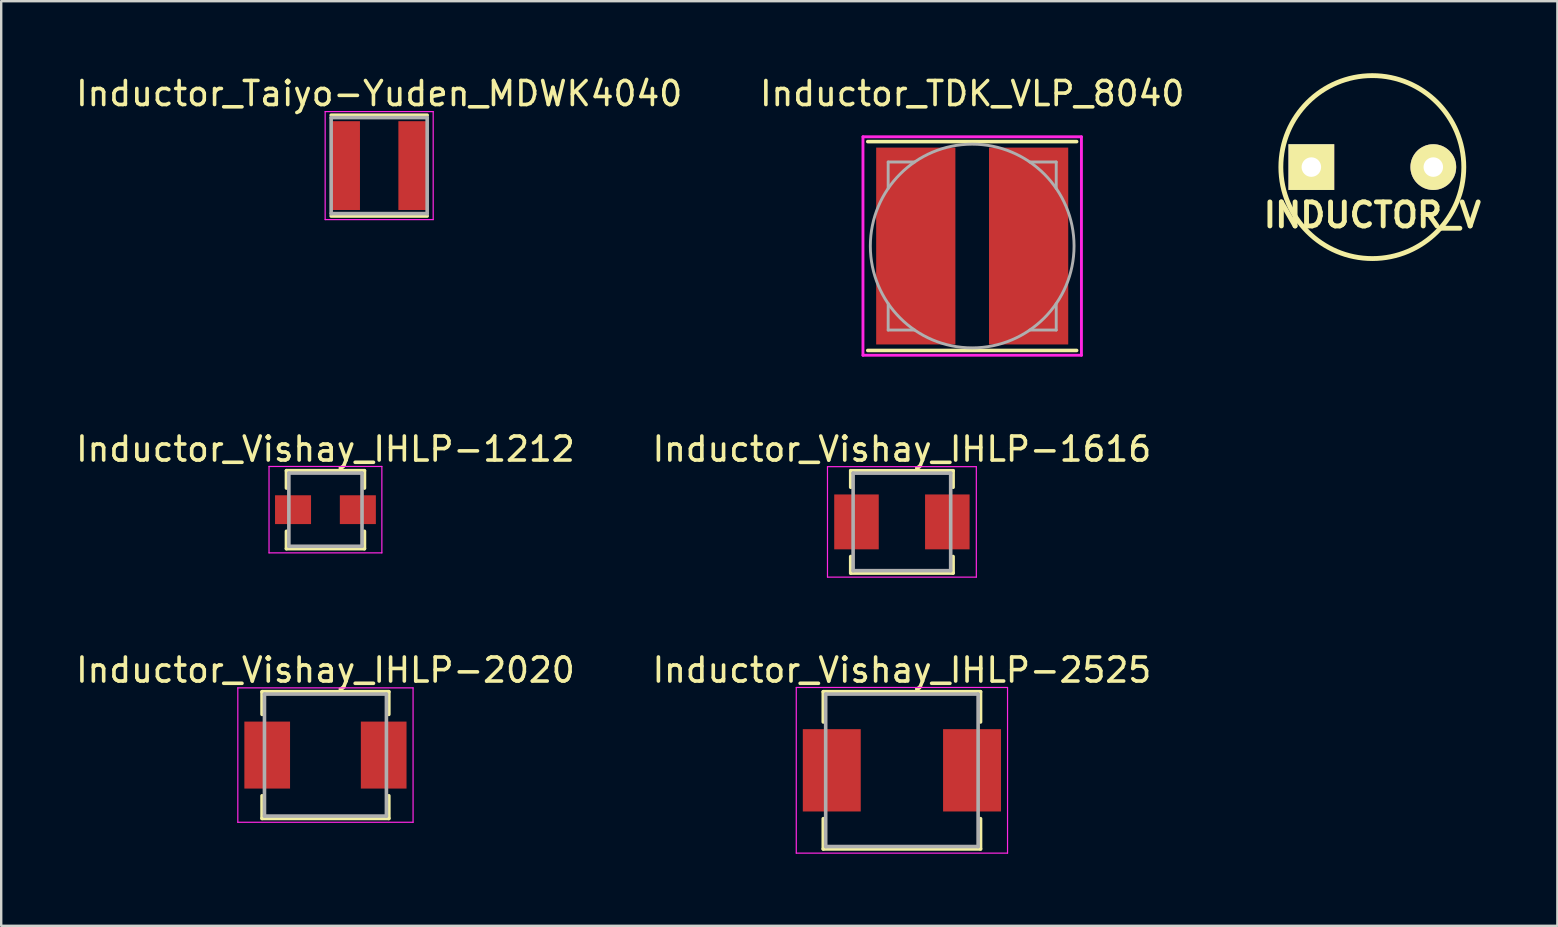
<source format=kicad_pcb>
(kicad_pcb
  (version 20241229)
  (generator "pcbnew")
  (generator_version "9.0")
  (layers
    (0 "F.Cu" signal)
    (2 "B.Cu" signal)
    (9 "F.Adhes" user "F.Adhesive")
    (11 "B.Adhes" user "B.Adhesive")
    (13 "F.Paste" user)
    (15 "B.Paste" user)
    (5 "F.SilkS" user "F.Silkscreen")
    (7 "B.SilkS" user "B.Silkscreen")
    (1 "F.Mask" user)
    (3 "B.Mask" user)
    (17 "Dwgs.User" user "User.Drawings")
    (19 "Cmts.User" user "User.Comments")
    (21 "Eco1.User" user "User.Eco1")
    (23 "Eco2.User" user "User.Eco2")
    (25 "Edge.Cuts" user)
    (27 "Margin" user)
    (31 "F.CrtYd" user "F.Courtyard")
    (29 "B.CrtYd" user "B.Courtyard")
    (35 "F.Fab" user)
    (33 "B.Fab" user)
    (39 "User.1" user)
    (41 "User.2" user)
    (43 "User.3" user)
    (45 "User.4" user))
  (footprint "Inductor_Vishay_IHLP-2525"
    (layer "F.Cu")
    (at 34.518 29.037)
    (property "Reference" "Inductor_Vishay_IHLP-2525" (at 0 -4.175 0) (layer "F.SilkS") (effects (font (size 1 1) (thickness 0.15))))
    (attr smd)
    (fp_line (start -3.275 -3.275) (end 3.275 -3.275) (stroke (width 0.15) (type solid)) (layer "F.SilkS"))
    (fp_line (start -3.275 -2.014) (end -3.275 -3.275) (stroke (width 0.15) (type solid)) (layer "F.SilkS"))
    (fp_line (start -3.275 2.014) (end -3.275 3.275) (stroke (width 0.15) (type solid)) (layer "F.SilkS"))
    (fp_line (start -3.275 3.275) (end 3.275 3.275) (stroke (width 0.15) (type solid)) (layer "F.SilkS"))
    (fp_line (start 3.275 -3.275) (end 3.275 -2.014) (stroke (width 0.15) (type solid)) (layer "F.SilkS"))
    (fp_line (start 3.275 3.275) (end 3.275 2.014) (stroke (width 0.15) (type solid)) (layer "F.SilkS"))
    (fp_line (start -4.4 -3.45) (end -4.4 3.45) (stroke (width 0.05) (type solid)) (layer "F.CrtYd"))
    (fp_line (start -4.4 3.45) (end 4.4 3.45) (stroke (width 0.05) (type solid)) (layer "F.CrtYd"))
    (fp_line (start 4.4 -3.45) (end -4.4 -3.45) (stroke (width 0.05) (type solid)) (layer "F.CrtYd"))
    (fp_line (start 4.4 3.45) (end 4.4 -3.45) (stroke (width 0.05) (type solid)) (layer "F.CrtYd"))
    (fp_line (start -3.175 -3.175) (end -3.175 3.175) (stroke (width 0.15) (type solid)) (layer "F.Fab"))
    (fp_line (start -3.175 3.175) (end 3.175 3.175) (stroke (width 0.15) (type solid)) (layer "F.Fab"))
    (fp_line (start 3.175 -3.175) (end -3.175 -3.175) (stroke (width 0.15) (type solid)) (layer "F.Fab"))
    (fp_line (start 3.175 3.175) (end 3.175 -3.175) (stroke (width 0.15) (type solid)) (layer "F.Fab"))
    (pad "1" smd rect (at -2.921 0) (size 2.413 3.429) (layers "F.Cu" "F.Mask" "F.Paste"))
    (pad "2" smd rect (at 2.921 0) (size 2.413 3.429) (layers "F.Cu" "F.Mask" "F.Paste")))
  (footprint "Inductor_Vishay_IHLP-1616"
    (layer "F.Cu")
    (at 34.518 18.689)
    (property "Reference" "Inductor_Vishay_IHLP-1616" (at 0 -3.032 0) (layer "F.SilkS") (effects (font (size 1 1) (thickness 0.15))))
    (attr smd)
    (fp_line (start -2.132 -2.132) (end 2.132 -2.132) (stroke (width 0.15) (type solid)) (layer "F.SilkS"))
    (fp_line (start -2.132 -1.443) (end -2.132 -2.132) (stroke (width 0.15) (type solid)) (layer "F.SilkS"))
    (fp_line (start -2.132 1.443) (end -2.132 2.132) (stroke (width 0.15) (type solid)) (layer "F.SilkS"))
    (fp_line (start -2.132 2.132) (end 2.132 2.132) (stroke (width 0.15) (type solid)) (layer "F.SilkS"))
    (fp_line (start 2.132 -2.132) (end 2.132 -1.443) (stroke (width 0.15) (type solid)) (layer "F.SilkS"))
    (fp_line (start 2.132 2.132) (end 2.132 1.443) (stroke (width 0.15) (type solid)) (layer "F.SilkS"))
    (fp_line (start -3.1 -2.3) (end -3.1 2.3) (stroke (width 0.05) (type solid)) (layer "F.CrtYd"))
    (fp_line (start -3.1 2.3) (end 3.1 2.3) (stroke (width 0.05) (type solid)) (layer "F.CrtYd"))
    (fp_line (start 3.1 -2.3) (end -3.1 -2.3) (stroke (width 0.05) (type solid)) (layer "F.CrtYd"))
    (fp_line (start 3.1 2.3) (end 3.1 -2.3) (stroke (width 0.05) (type solid)) (layer "F.CrtYd"))
    (fp_line (start -2.032 -2.032) (end -2.032 2.032) (stroke (width 0.15) (type solid)) (layer "F.Fab"))
    (fp_line (start -2.032 2.032) (end 2.032 2.032) (stroke (width 0.15) (type solid)) (layer "F.Fab"))
    (fp_line (start 2.032 -2.032) (end -2.032 -2.032) (stroke (width 0.15) (type solid)) (layer "F.Fab"))
    (fp_line (start 2.032 2.032) (end 2.032 -2.032) (stroke (width 0.15) (type solid)) (layer "F.Fab"))
    (pad "1" smd rect (at -1.892 0) (size 1.855 2.286) (layers "F.Cu" "F.Mask" "F.Paste"))
    (pad "2" smd rect (at 1.892 0) (size 1.855 2.286) (layers "F.Cu" "F.Mask" "F.Paste")))
  (footprint "Inductor_TDK_VLP_8040"
    (layer "F.Cu")
    (at 37.446 7.198)
    (property "Reference" "Inductor_TDK_VLP_8040" (at 0 -6.35 0) (layer "F.SilkS") (effects (font (size 1 1) (thickness 0.15))))
    (attr smd)
    (fp_line (start -4.35 -4.35) (end 4.35 -4.35) (stroke (width 0.15) (type solid)) (layer "F.SilkS"))
    (fp_line (start -4.35 4.35) (end 4.35 4.35) (stroke (width 0.15) (type solid)) (layer "F.SilkS"))
    (fp_line (start -4.55 -4.55) (end -4.55 4.55) (stroke (width 0.12) (type solid)) (layer "F.CrtYd"))
    (fp_line (start -4.55 4.55) (end 4.55 4.55) (stroke (width 0.12) (type solid)) (layer "F.CrtYd"))
    (fp_line (start 4.55 -4.55) (end -4.55 -4.55) (stroke (width 0.12) (type solid)) (layer "F.CrtYd"))
    (fp_line (start 4.55 4.55) (end 4.55 -4.55) (stroke (width 0.12) (type solid)) (layer "F.CrtYd"))
    (fp_line (start -3.5 -3.5) (end -2.4 -3.5) (stroke (width 0.12) (type solid)) (layer "F.Fab"))
    (fp_line (start -3.5 -2.4) (end -3.5 -3.5) (stroke (width 0.12) (type solid)) (layer "F.Fab"))
    (fp_line (start -3.5 2.4) (end -3.5 3.5) (stroke (width 0.12) (type solid)) (layer "F.Fab"))
    (fp_line (start -3.5 3.5) (end -2.4 3.5) (stroke (width 0.12) (type solid)) (layer "F.Fab"))
    (fp_line (start 3.5 -3.5) (end 2.4 -3.5) (stroke (width 0.12) (type solid)) (layer "F.Fab"))
    (fp_line (start 3.5 -3.5) (end 3.5 -2.4) (stroke (width 0.12) (type solid)) (layer "F.Fab"))
    (fp_line (start 3.5 2.4) (end 3.5 3.5) (stroke (width 0.12) (type solid)) (layer "F.Fab"))
    (fp_line (start 3.5 3.5) (end 2.4 3.5) (stroke (width 0.12) (type solid)) (layer "F.Fab"))
    (fp_circle (center 0 0) (end 3 3) (stroke (width 0.12) (type solid)) (fill no) (layer "F.Fab"))
    (pad "1" smd rect (at -2.35 0) (size 3.3 8.2) (layers "F.Cu" "F.Mask" "F.Paste"))
    (pad "2" smd rect (at 2.35 0) (size 3.3 8.2) (layers "F.Cu" "F.Mask" "F.Paste")))
  (footprint "Inductor_Vishay_IHLP-2020"
    (layer "F.Cu")
    (at 10.506 28.402)
    (property "Reference" "Inductor_Vishay_IHLP-2020" (at 0 -3.54 0) (layer "F.SilkS") (effects (font (size 1 1) (thickness 0.15))))
    (attr smd)
    (fp_line (start -2.64 -2.64) (end 2.64 -2.64) (stroke (width 0.15) (type solid)) (layer "F.SilkS"))
    (fp_line (start -2.64 -1.695) (end -2.64 -2.64) (stroke (width 0.15) (type solid)) (layer "F.SilkS"))
    (fp_line (start -2.64 1.695) (end -2.64 2.64) (stroke (width 0.15) (type solid)) (layer "F.SilkS"))
    (fp_line (start -2.64 2.64) (end 2.64 2.64) (stroke (width 0.15) (type solid)) (layer "F.SilkS"))
    (fp_line (start 2.64 -2.64) (end 2.64 -1.695) (stroke (width 0.15) (type solid)) (layer "F.SilkS"))
    (fp_line (start 2.64 2.64) (end 2.64 1.695) (stroke (width 0.15) (type solid)) (layer "F.SilkS"))
    (fp_line (start -3.65 -2.8) (end -3.65 2.8) (stroke (width 0.05) (type solid)) (layer "F.CrtYd"))
    (fp_line (start -3.65 2.8) (end 3.65 2.8) (stroke (width 0.05) (type solid)) (layer "F.CrtYd"))
    (fp_line (start 3.65 -2.8) (end -3.65 -2.8) (stroke (width 0.05) (type solid)) (layer "F.CrtYd"))
    (fp_line (start 3.65 2.8) (end 3.65 -2.8) (stroke (width 0.05) (type solid)) (layer "F.CrtYd"))
    (fp_line (start -2.54 -2.54) (end -2.54 2.54) (stroke (width 0.15) (type solid)) (layer "F.Fab"))
    (fp_line (start -2.54 2.54) (end 2.54 2.54) (stroke (width 0.15) (type solid)) (layer "F.Fab"))
    (fp_line (start 2.54 -2.54) (end -2.54 -2.54) (stroke (width 0.15) (type solid)) (layer "F.Fab"))
    (fp_line (start 2.54 2.54) (end 2.54 -2.54) (stroke (width 0.15) (type solid)) (layer "F.Fab"))
    (pad "1" smd rect (at -2.426 0) (size 1.903 2.79) (layers "F.Cu" "F.Mask" "F.Paste"))
    (pad "2" smd rect (at 2.426 0) (size 1.903 2.79) (layers "F.Cu" "F.Mask" "F.Paste")))
  (footprint "Inductor_Vishay_IHLP-1212"
    (layer "F.Cu")
    (at 10.506 18.18)
    (property "Reference" "Inductor_Vishay_IHLP-1212" (at 0 -2.524 0) (layer "F.SilkS") (effects (font (size 1 1) (thickness 0.15))))
    (attr smd)
    (fp_line (start -1.624 -1.624) (end 1.624 -1.624) (stroke (width 0.15) (type solid)) (layer "F.SilkS"))
    (fp_line (start -1.624 -0.9) (end -1.624 -1.624) (stroke (width 0.15) (type solid)) (layer "F.SilkS"))
    (fp_line (start -1.624 0.9) (end -1.624 1.624) (stroke (width 0.15) (type solid)) (layer "F.SilkS"))
    (fp_line (start -1.624 1.624) (end 1.624 1.624) (stroke (width 0.15) (type solid)) (layer "F.SilkS"))
    (fp_line (start 1.624 -1.624) (end 1.624 -0.9) (stroke (width 0.15) (type solid)) (layer "F.SilkS"))
    (fp_line (start 1.624 1.624) (end 1.624 0.9) (stroke (width 0.15) (type solid)) (layer "F.SilkS"))
    (fp_line (start -2.35 -1.8) (end -2.35 1.8) (stroke (width 0.05) (type solid)) (layer "F.CrtYd"))
    (fp_line (start -2.35 1.8) (end 2.35 1.8) (stroke (width 0.05) (type solid)) (layer "F.CrtYd"))
    (fp_line (start 2.35 -1.8) (end -2.35 -1.8) (stroke (width 0.05) (type solid)) (layer "F.CrtYd"))
    (fp_line (start 2.35 1.8) (end 2.35 -1.8) (stroke (width 0.05) (type solid)) (layer "F.CrtYd"))
    (fp_line (start -1.524 -1.524) (end -1.524 1.524) (stroke (width 0.15) (type solid)) (layer "F.Fab"))
    (fp_line (start -1.524 1.524) (end 1.524 1.524) (stroke (width 0.15) (type solid)) (layer "F.Fab"))
    (fp_line (start 1.524 -1.524) (end -1.524 -1.524) (stroke (width 0.15) (type solid)) (layer "F.Fab"))
    (fp_line (start 1.524 1.524) (end 1.524 -1.524) (stroke (width 0.15) (type solid)) (layer "F.Fab"))
    (pad "1" smd rect (at -1.35 0) (size 1.5 1.2) (layers "F.Cu" "F.Mask" "F.Paste"))
    (pad "2" smd rect (at 1.35 0) (size 1.5 1.2) (layers "F.Cu" "F.Mask" "F.Paste")))
  (footprint "INDUCTOR_V"
    (layer "F.Cu")
    (at 54.113 3.91)
    (property "Reference" "INDUCTOR_V" (at 0 1.999 0) (layer "F.SilkS") (effects (font (size 1.001 1.001) (thickness 0.203))))
    (attr through_hole)
    (fp_circle (center 0 0) (end 3.81 0) (stroke (width 0.201) (type solid)) (fill no) (layer "F.SilkS"))
    (pad "1" thru_hole rect (at -2.54 0) (size 1.905 1.905) (drill 0.813) (layers "*.Cu" "*.Mask" "F.SilkS"))
    (pad "2" thru_hole circle (at 2.54 0) (size 1.905 1.905) (drill 0.813) (layers "*.Cu" "*.Mask" "F.SilkS")))
  (footprint "Inductor_Taiyo-Yuden_MDWK4040"
    (layer "F.Cu")
    (at 12.744 3.848)
    (property "Reference" "Inductor_Taiyo-Yuden_MDWK4040" (at 0 -3 0) (layer "F.SilkS") (effects (font (size 1 1) (thickness 0.15))))
    (attr smd)
    (fp_line (start -2 -2.1) (end 2 -2.1) (stroke (width 0.15) (type solid)) (layer "F.SilkS"))
    (fp_line (start -2 2.1) (end 2 2.1) (stroke (width 0.15) (type solid)) (layer "F.SilkS"))
    (fp_line (start -2.25 -2.25) (end -2.25 2.25) (stroke (width 0.05) (type solid)) (layer "F.CrtYd"))
    (fp_line (start -2.25 2.25) (end 2.25 2.25) (stroke (width 0.05) (type solid)) (layer "F.CrtYd"))
    (fp_line (start 2.25 -2.25) (end -2.25 -2.25) (stroke (width 0.05) (type solid)) (layer "F.CrtYd"))
    (fp_line (start 2.25 2.25) (end 2.25 -2.25) (stroke (width 0.05) (type solid)) (layer "F.CrtYd"))
    (fp_line (start -2 -2) (end -2 2) (stroke (width 0.15) (type solid)) (layer "F.Fab"))
    (fp_line (start -2 2) (end 2 2) (stroke (width 0.15) (type solid)) (layer "F.Fab"))
    (fp_line (start 2 -2) (end -2 -2) (stroke (width 0.15) (type solid)) (layer "F.Fab"))
    (fp_line (start 2 2) (end 2 -2) (stroke (width 0.15) (type solid)) (layer "F.Fab"))
    (pad "1" smd rect (at -1.4 0) (size 1.2 3.7) (layers "F.Cu" "F.Mask" "F.Paste"))
    (pad "2" smd rect (at 1.4 0) (size 1.2 3.7) (layers "F.Cu" "F.Mask" "F.Paste")))
  (gr_rect
    (start -3 -3)
    (end 61.821 35.512)
    (stroke (width 0.1) (type default))
    (fill no)
    (layer "Edge.Cuts")))
</source>
